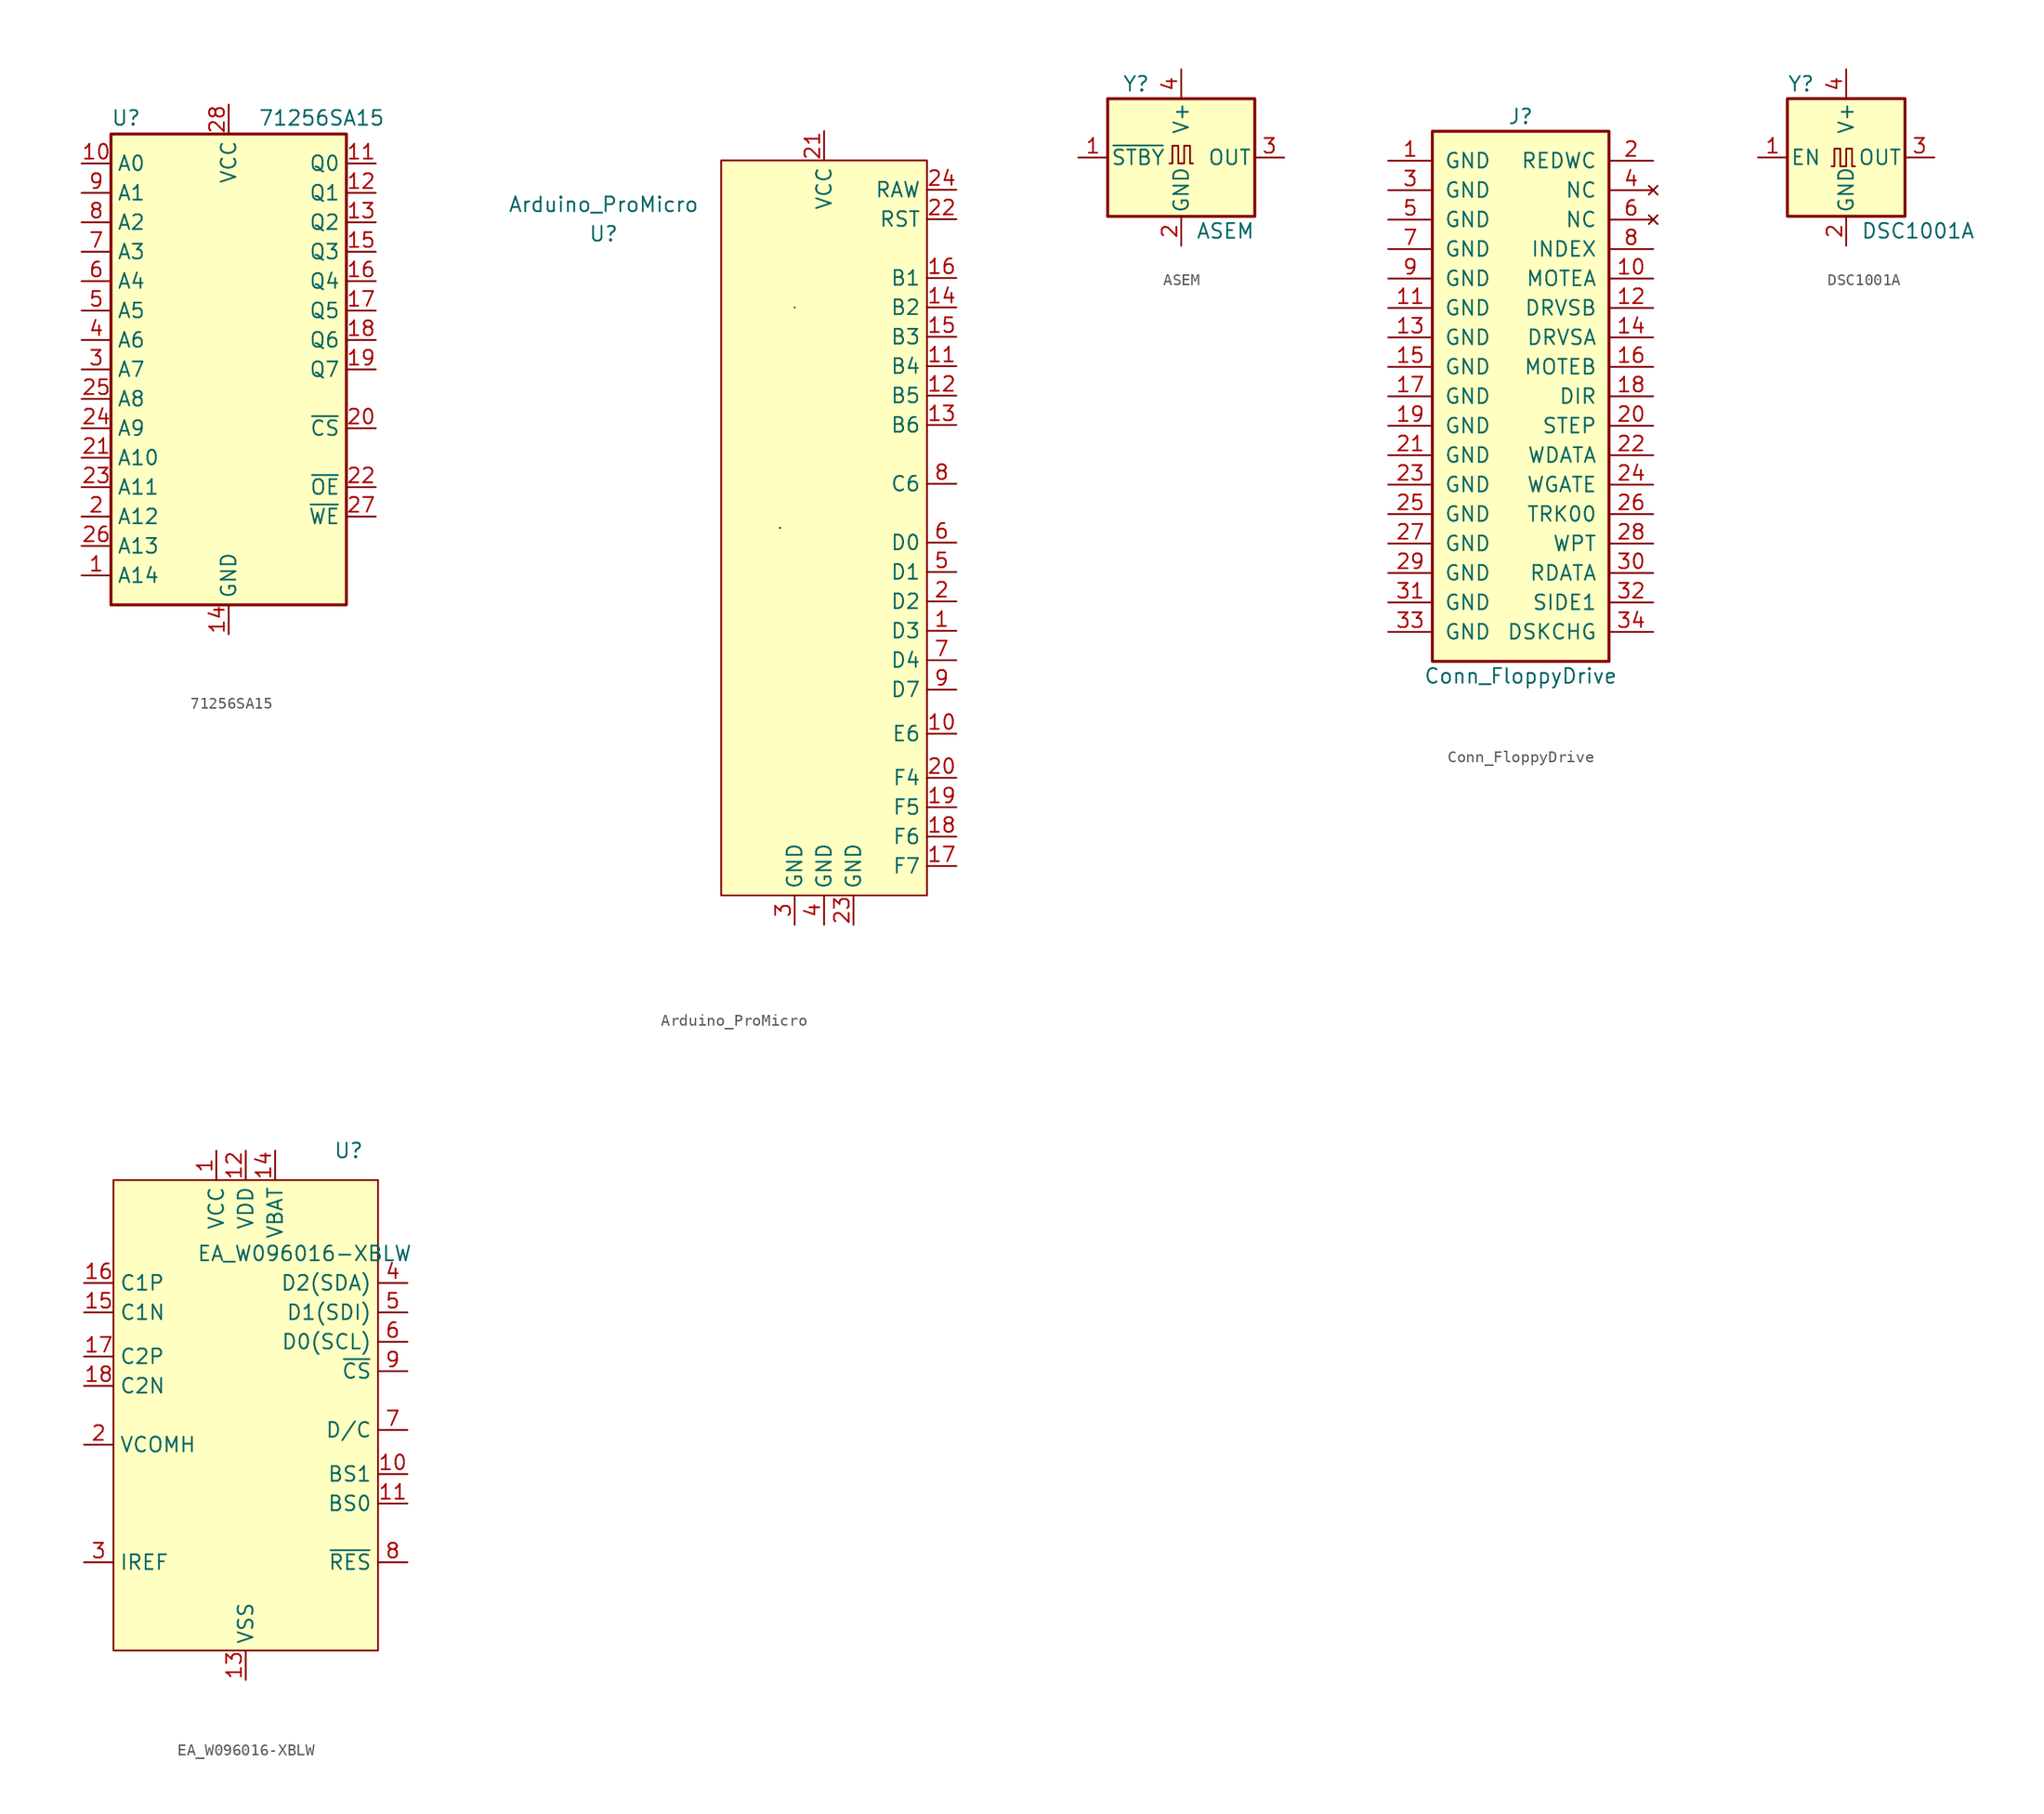
<source format=kicad_sym>
(kicad_symbol_lib
  (version 20220914)
  (generator kicad_symbol_editor)
  (symbol "71256SA15"
    (property "Reference" "U"
      (at -10.16 20.955 0)
      (effects (font (size 1.27 1.27)) (justify left bottom)))
    (property "Value" "71256SA15"
      (at 2.54 20.955 0)
      (effects (font (size 1.27 1.27)) (justify left bottom)))
    (symbol "71256SA15_0_0"
      (pin power_in line (at 0 -22.86 90) (length 2.54) (name "GND" (effects (font (size 1.27 1.27)))) (number "14" (effects (font (size 1.27 1.27)))))
      (pin power_in line (at 0 22.86 270) (length 2.54) (name "VCC" (effects (font (size 1.27 1.27)))) (number "28" (effects (font (size 1.27 1.27))))))
    (symbol "71256SA15_0_1"
      (rectangle (start -10.16 20.32) (end 10.16 -20.32) (stroke (width 0.254) (type default)) (fill (type background))))
    (symbol "71256SA15_1_1"
      (pin input line (at -12.7 -17.78 0) (length 2.54) (name "A14" (effects (font (size 1.27 1.27)))) (number "1" (effects (font (size 1.27 1.27)))))
      (pin input line (at -12.7 17.78 0) (length 2.54) (name "A0" (effects (font (size 1.27 1.27)))) (number "10" (effects (font (size 1.27 1.27)))))
      (pin tri_state line (at 12.7 17.78 180) (length 2.54) (name "Q0" (effects (font (size 1.27 1.27)))) (number "11" (effects (font (size 1.27 1.27)))))
      (pin tri_state line (at 12.7 15.24 180) (length 2.54) (name "Q1" (effects (font (size 1.27 1.27)))) (number "12" (effects (font (size 1.27 1.27)))))
      (pin tri_state line (at 12.7 12.7 180) (length 2.54) (name "Q2" (effects (font (size 1.27 1.27)))) (number "13" (effects (font (size 1.27 1.27)))))
      (pin tri_state line (at 12.7 10.16 180) (length 2.54) (name "Q3" (effects (font (size 1.27 1.27)))) (number "15" (effects (font (size 1.27 1.27)))))
      (pin tri_state line (at 12.7 7.62 180) (length 2.54) (name "Q4" (effects (font (size 1.27 1.27)))) (number "16" (effects (font (size 1.27 1.27)))))
      (pin tri_state line (at 12.7 5.08 180) (length 2.54) (name "Q5" (effects (font (size 1.27 1.27)))) (number "17" (effects (font (size 1.27 1.27)))))
      (pin tri_state line (at 12.7 2.54 180) (length 2.54) (name "Q6" (effects (font (size 1.27 1.27)))) (number "18" (effects (font (size 1.27 1.27)))))
      (pin tri_state line (at 12.7 0 180) (length 2.54) (name "Q7" (effects (font (size 1.27 1.27)))) (number "19" (effects (font (size 1.27 1.27)))))
      (pin input line (at -12.7 -12.7 0) (length 2.54) (name "A12" (effects (font (size 1.27 1.27)))) (number "2" (effects (font (size 1.27 1.27)))))
      (pin input line (at 12.7 -5.08 180) (length 2.54) (name "~{CS}" (effects (font (size 1.27 1.27)))) (number "20" (effects (font (size 1.27 1.27)))))
      (pin input line (at -12.7 -7.62 0) (length 2.54) (name "A10" (effects (font (size 1.27 1.27)))) (number "21" (effects (font (size 1.27 1.27)))))
      (pin input line (at 12.7 -10.16 180) (length 2.54) (name "~{OE}" (effects (font (size 1.27 1.27)))) (number "22" (effects (font (size 1.27 1.27)))))
      (pin input line (at -12.7 -10.16 0) (length 2.54) (name "A11" (effects (font (size 1.27 1.27)))) (number "23" (effects (font (size 1.27 1.27)))))
      (pin input line (at -12.7 -5.08 0) (length 2.54) (name "A9" (effects (font (size 1.27 1.27)))) (number "24" (effects (font (size 1.27 1.27)))))
      (pin input line (at -12.7 -2.54 0) (length 2.54) (name "A8" (effects (font (size 1.27 1.27)))) (number "25" (effects (font (size 1.27 1.27)))))
      (pin input line (at -12.7 -15.24 0) (length 2.54) (name "A13" (effects (font (size 1.27 1.27)))) (number "26" (effects (font (size 1.27 1.27)))))
      (pin input line (at 12.7 -12.7 180) (length 2.54) (name "~{WE}" (effects (font (size 1.27 1.27)))) (number "27" (effects (font (size 1.27 1.27)))))
      (pin input line (at -12.7 0 0) (length 2.54) (name "A7" (effects (font (size 1.27 1.27)))) (number "3" (effects (font (size 1.27 1.27)))))
      (pin input line (at -12.7 2.54 0) (length 2.54) (name "A6" (effects (font (size 1.27 1.27)))) (number "4" (effects (font (size 1.27 1.27)))))
      (pin input line (at -12.7 5.08 0) (length 2.54) (name "A5" (effects (font (size 1.27 1.27)))) (number "5" (effects (font (size 1.27 1.27)))))
      (pin input line (at -12.7 7.62 0) (length 2.54) (name "A4" (effects (font (size 1.27 1.27)))) (number "6" (effects (font (size 1.27 1.27)))))
      (pin input line (at -12.7 10.16 0) (length 2.54) (name "A3" (effects (font (size 1.27 1.27)))) (number "7" (effects (font (size 1.27 1.27)))))
      (pin input line (at -12.7 12.7 0) (length 2.54) (name "A2" (effects (font (size 1.27 1.27)))) (number "8" (effects (font (size 1.27 1.27)))))
      (pin input line (at -12.7 15.24 0) (length 2.54) (name "A1" (effects (font (size 1.27 1.27)))) (number "9" (effects (font (size 1.27 1.27)))))))
  (symbol "Arduino_ProMicro"
    (property "Reference" "U"
      (at -19.05 25.4 0)
      (effects (font (size 1.27 1.27))))
    (property "Value" "Arduino_ProMicro"
      (at -19.05 27.94 0)
      (effects (font (size 1.27 1.27))))
    (symbol "Arduino_ProMicro_0_1"
      (rectangle (start -3.81 0) (end -3.81 0) (stroke (width 0) (type default)) (fill (type none)))
      (rectangle (start -3.81 0) (end -3.81 0) (stroke (width 0) (type default)) (fill (type none)))
      (rectangle (start -2.54 19.05) (end -2.54 19.05) (stroke (width 0) (type default)) (fill (type none)))
      (rectangle (start 8.89 31.75) (end -8.89 -31.75) (stroke (width 0) (type default)) (fill (type background))))
    (symbol "Arduino_ProMicro_1_1"
      (pin passive line (at 11.43 -8.89 180) (length 2.54) (name "D3" (effects (font (size 1.27 1.27)))) (number "1" (effects (font (size 1.27 1.27)))))
      (pin passive line (at 11.43 -17.78 180) (length 2.54) (name "E6" (effects (font (size 1.27 1.27)))) (number "10" (effects (font (size 1.27 1.27)))))
      (pin passive line (at 11.43 13.97 180) (length 2.54) (name "B4" (effects (font (size 1.27 1.27)))) (number "11" (effects (font (size 1.27 1.27)))))
      (pin passive line (at 11.43 11.43 180) (length 2.54) (name "B5" (effects (font (size 1.27 1.27)))) (number "12" (effects (font (size 1.27 1.27)))))
      (pin passive line (at 11.43 8.89 180) (length 2.54) (name "B6" (effects (font (size 1.27 1.27)))) (number "13" (effects (font (size 1.27 1.27)))))
      (pin passive line (at 11.43 19.05 180) (length 2.54) (name "B2" (effects (font (size 1.27 1.27)))) (number "14" (effects (font (size 1.27 1.27)))))
      (pin passive line (at 11.43 16.51 180) (length 2.54) (name "B3" (effects (font (size 1.27 1.27)))) (number "15" (effects (font (size 1.27 1.27)))))
      (pin passive line (at 11.43 21.59 180) (length 2.54) (name "B1" (effects (font (size 1.27 1.27)))) (number "16" (effects (font (size 1.27 1.27)))))
      (pin passive line (at 11.43 -29.21 180) (length 2.54) (name "F7" (effects (font (size 1.27 1.27)))) (number "17" (effects (font (size 1.27 1.27)))))
      (pin passive line (at 11.43 -26.67 180) (length 2.54) (name "F6" (effects (font (size 1.27 1.27)))) (number "18" (effects (font (size 1.27 1.27)))))
      (pin passive line (at 11.43 -24.13 180) (length 2.54) (name "F5" (effects (font (size 1.27 1.27)))) (number "19" (effects (font (size 1.27 1.27)))))
      (pin passive line (at 11.43 -6.35 180) (length 2.54) (name "D2" (effects (font (size 1.27 1.27)))) (number "2" (effects (font (size 1.27 1.27)))))
      (pin passive line (at 11.43 -21.59 180) (length 2.54) (name "F4" (effects (font (size 1.27 1.27)))) (number "20" (effects (font (size 1.27 1.27)))))
      (pin passive line (at 0 34.29 270) (length 2.54) (name "VCC" (effects (font (size 1.27 1.27)))) (number "21" (effects (font (size 1.27 1.27)))))
      (pin passive line (at 11.43 26.67 180) (length 2.54) (name "RST" (effects (font (size 1.27 1.27)))) (number "22" (effects (font (size 1.27 1.27)))))
      (pin passive line (at 2.54 -34.29 90) (length 2.54) (name "GND" (effects (font (size 1.27 1.27)))) (number "23" (effects (font (size 1.27 1.27)))))
      (pin passive line (at 11.43 29.21 180) (length 2.54) (name "RAW" (effects (font (size 1.27 1.27)))) (number "24" (effects (font (size 1.27 1.27)))))
      (pin passive line (at -2.54 -34.29 90) (length 2.54) (name "GND" (effects (font (size 1.27 1.27)))) (number "3" (effects (font (size 1.27 1.27)))))
      (pin passive line (at 0 -34.29 90) (length 2.54) (name "GND" (effects (font (size 1.27 1.27)))) (number "4" (effects (font (size 1.27 1.27)))))
      (pin passive line (at 11.43 -3.81 180) (length 2.54) (name "D1" (effects (font (size 1.27 1.27)))) (number "5" (effects (font (size 1.27 1.27)))))
      (pin passive line (at 11.43 -1.27 180) (length 2.54) (name "D0" (effects (font (size 1.27 1.27)))) (number "6" (effects (font (size 1.27 1.27)))))
      (pin passive line (at 11.43 -11.43 180) (length 2.54) (name "D4" (effects (font (size 1.27 1.27)))) (number "7" (effects (font (size 1.27 1.27)))))
      (pin passive line (at 11.43 3.81 180) (length 2.54) (name "C6" (effects (font (size 1.27 1.27)))) (number "8" (effects (font (size 1.27 1.27)))))
      (pin passive line (at 11.43 -13.97 180) (length 2.54) (name "D7" (effects (font (size 1.27 1.27)))) (number "9" (effects (font (size 1.27 1.27)))))))
  (symbol "ASEM"
    (pin_names
      (offset 0.254))
    (property "Reference" "Y"
      (at -5.08 6.35 0)
      (effects (font (size 1.27 1.27)) (justify left)))
    (property "Value" "ASEM"
      (at 1.27 -6.35 0)
      (effects (font (size 1.27 1.27)) (justify left)))
    (symbol "ASEM_0_1"
      (rectangle (start -6.35 5.08) (end 6.35 -5.08) (stroke (width 0.254) (type default)) (fill (type background)))
      (polyline (pts (xy -1.016 -0.508) (xy -0.762 -0.508) (xy -0.762 1.016) (xy -0.254 1.016) (xy -0.254 -0.508) (xy 0.254 -0.508) (xy 0.254 1.016) (xy 0.762 1.016) (xy 0.762 -0.508) (xy 1.016 -0.508)) (stroke (width 0) (type default)) (fill (type none))))
    (symbol "ASEM_1_1"
      (pin input line (at -8.89 0 0) (length 2.54) (name "~{STBY}" (effects (font (size 1.27 1.27)))) (number "1" (effects (font (size 1.27 1.27)))))
      (pin power_in line (at 0 -7.62 90) (length 2.54) (name "GND" (effects (font (size 1.27 1.27)))) (number "2" (effects (font (size 1.27 1.27)))))
      (pin output line (at 8.89 0 180) (length 2.54) (name "OUT" (effects (font (size 1.27 1.27)))) (number "3" (effects (font (size 1.27 1.27)))))
      (pin power_in line (at 0 7.62 270) (length 2.54) (name "V+" (effects (font (size 1.27 1.27)))) (number "4" (effects (font (size 1.27 1.27)))))))
  (symbol "Conn_FloppyDrive"
    (pin_names
      (offset 1.016))
    (property "Reference" "J"
      (at 1.27 24.13 0)
      (effects (font (size 1.27 1.27))))
    (property "Value" "Conn_FloppyDrive"
      (at 1.27 -24.13 0)
      (effects (font (size 1.27 1.27))))
    (symbol "Conn_FloppyDrive_1_1"
      (rectangle (start -6.35 22.86) (end 8.89 -22.86) (stroke (width 0.254) (type default)) (fill (type background)))
      (pin passive line (at -10.16 20.32 0) (length 3.81) (name "GND" (effects (font (size 1.27 1.27)))) (number "1" (effects (font (size 1.27 1.27)))))
      (pin passive line (at 12.7 10.16 180) (length 3.81) (name "MOTEA" (effects (font (size 1.27 1.27)))) (number "10" (effects (font (size 1.27 1.27)))))
      (pin passive line (at -10.16 7.62 0) (length 3.81) (name "GND" (effects (font (size 1.27 1.27)))) (number "11" (effects (font (size 1.27 1.27)))))
      (pin passive line (at 12.7 7.62 180) (length 3.81) (name "DRVSB" (effects (font (size 1.27 1.27)))) (number "12" (effects (font (size 1.27 1.27)))))
      (pin passive line (at -10.16 5.08 0) (length 3.81) (name "GND" (effects (font (size 1.27 1.27)))) (number "13" (effects (font (size 1.27 1.27)))))
      (pin passive line (at 12.7 5.08 180) (length 3.81) (name "DRVSA" (effects (font (size 1.27 1.27)))) (number "14" (effects (font (size 1.27 1.27)))))
      (pin passive line (at -10.16 2.54 0) (length 3.81) (name "GND" (effects (font (size 1.27 1.27)))) (number "15" (effects (font (size 1.27 1.27)))))
      (pin passive line (at 12.7 2.54 180) (length 3.81) (name "MOTEB" (effects (font (size 1.27 1.27)))) (number "16" (effects (font (size 1.27 1.27)))))
      (pin passive line (at -10.16 0 0) (length 3.81) (name "GND" (effects (font (size 1.27 1.27)))) (number "17" (effects (font (size 1.27 1.27)))))
      (pin passive line (at 12.7 0 180) (length 3.81) (name "DIR" (effects (font (size 1.27 1.27)))) (number "18" (effects (font (size 1.27 1.27)))))
      (pin passive line (at -10.16 -2.54 0) (length 3.81) (name "GND" (effects (font (size 1.27 1.27)))) (number "19" (effects (font (size 1.27 1.27)))))
      (pin passive line (at 12.7 20.32 180) (length 3.81) (name "REDWC" (effects (font (size 1.27 1.27)))) (number "2" (effects (font (size 1.27 1.27)))))
      (pin passive line (at 12.7 -2.54 180) (length 3.81) (name "STEP" (effects (font (size 1.27 1.27)))) (number "20" (effects (font (size 1.27 1.27)))))
      (pin passive line (at -10.16 -5.08 0) (length 3.81) (name "GND" (effects (font (size 1.27 1.27)))) (number "21" (effects (font (size 1.27 1.27)))))
      (pin passive line (at 12.7 -5.08 180) (length 3.81) (name "WDATA" (effects (font (size 1.27 1.27)))) (number "22" (effects (font (size 1.27 1.27)))))
      (pin passive line (at -10.16 -7.62 0) (length 3.81) (name "GND" (effects (font (size 1.27 1.27)))) (number "23" (effects (font (size 1.27 1.27)))))
      (pin passive line (at 12.7 -7.62 180) (length 3.81) (name "WGATE" (effects (font (size 1.27 1.27)))) (number "24" (effects (font (size 1.27 1.27)))))
      (pin passive line (at -10.16 -10.16 0) (length 3.81) (name "GND" (effects (font (size 1.27 1.27)))) (number "25" (effects (font (size 1.27 1.27)))))
      (pin passive line (at 12.7 -10.16 180) (length 3.81) (name "TRK00" (effects (font (size 1.27 1.27)))) (number "26" (effects (font (size 1.27 1.27)))))
      (pin passive line (at -10.16 -12.7 0) (length 3.81) (name "GND" (effects (font (size 1.27 1.27)))) (number "27" (effects (font (size 1.27 1.27)))))
      (pin passive line (at 12.7 -12.7 180) (length 3.81) (name "WPT" (effects (font (size 1.27 1.27)))) (number "28" (effects (font (size 1.27 1.27)))))
      (pin passive line (at -10.16 -15.24 0) (length 3.81) (name "GND" (effects (font (size 1.27 1.27)))) (number "29" (effects (font (size 1.27 1.27)))))
      (pin passive line (at -10.16 17.78 0) (length 3.81) (name "GND" (effects (font (size 1.27 1.27)))) (number "3" (effects (font (size 1.27 1.27)))))
      (pin passive line (at 12.7 -15.24 180) (length 3.81) (name "RDATA" (effects (font (size 1.27 1.27)))) (number "30" (effects (font (size 1.27 1.27)))))
      (pin passive line (at -10.16 -17.78 0) (length 3.81) (name "GND" (effects (font (size 1.27 1.27)))) (number "31" (effects (font (size 1.27 1.27)))))
      (pin passive line (at 12.7 -17.78 180) (length 3.81) (name "SIDE1" (effects (font (size 1.27 1.27)))) (number "32" (effects (font (size 1.27 1.27)))))
      (pin passive line (at -10.16 -20.32 0) (length 3.81) (name "GND" (effects (font (size 1.27 1.27)))) (number "33" (effects (font (size 1.27 1.27)))))
      (pin passive line (at 12.7 -20.32 180) (length 3.81) (name "DSKCHG" (effects (font (size 1.27 1.27)))) (number "34" (effects (font (size 1.27 1.27)))))
      (pin no_connect line (at 12.7 17.78 180) (length 3.81) (name "NC" (effects (font (size 1.27 1.27)))) (number "4" (effects (font (size 1.27 1.27)))))
      (pin passive line (at -10.16 15.24 0) (length 3.81) (name "GND" (effects (font (size 1.27 1.27)))) (number "5" (effects (font (size 1.27 1.27)))))
      (pin no_connect line (at 12.7 15.24 180) (length 3.81) (name "NC" (effects (font (size 1.27 1.27)))) (number "6" (effects (font (size 1.27 1.27)))))
      (pin passive line (at -10.16 12.7 0) (length 3.81) (name "GND" (effects (font (size 1.27 1.27)))) (number "7" (effects (font (size 1.27 1.27)))))
      (pin passive line (at 12.7 12.7 180) (length 3.81) (name "INDEX" (effects (font (size 1.27 1.27)))) (number "8" (effects (font (size 1.27 1.27)))))
      (pin passive line (at -10.16 10.16 0) (length 3.81) (name "GND" (effects (font (size 1.27 1.27)))) (number "9" (effects (font (size 1.27 1.27)))))))
  (symbol "DSC1001A"
    (pin_names
      (offset 0.254))
    (property "Reference" "Y"
      (at -5.08 6.35 0)
      (effects (font (size 1.27 1.27)) (justify left)))
    (property "Value" "DSC1001A"
      (at 1.27 -6.35 0)
      (effects (font (size 1.27 1.27)) (justify left)))
    (symbol "DSC1001A_0_1"
      (rectangle (start -5.08 5.08) (end 5.08 -5.08) (stroke (width 0.254) (type default)) (fill (type background)))
      (polyline (pts (xy -1.27 -0.762) (xy -1.016 -0.762) (xy -1.016 0.762) (xy -0.508 0.762) (xy -0.508 -0.762) (xy 0 -0.762) (xy 0 0.762) (xy 0.508 0.762) (xy 0.508 -0.762) (xy 0.762 -0.762)) (stroke (width 0) (type default)) (fill (type none))))
    (symbol "DSC1001A_1_1"
      (pin input line (at -7.62 0 0) (length 2.54) (name "EN" (effects (font (size 1.27 1.27)))) (number "1" (effects (font (size 1.27 1.27)))))
      (pin power_in line (at 0 -7.62 90) (length 2.54) (name "GND" (effects (font (size 1.27 1.27)))) (number "2" (effects (font (size 1.27 1.27)))))
      (pin output line (at 7.62 0 180) (length 2.54) (name "OUT" (effects (font (size 1.27 1.27)))) (number "3" (effects (font (size 1.27 1.27)))))
      (pin power_in line (at 0 7.62 270) (length 2.54) (name "V+" (effects (font (size 1.27 1.27)))) (number "4" (effects (font (size 1.27 1.27)))))))
  (symbol "EA_W096016-XBLW"
    (property "Reference" "U"
      (at 8.89 21.59 0)
      (effects (font (size 1.27 1.27))))
    (property "Value" "EA_W096016-XBLW"
      (at 5.08 12.7 0)
      (effects (font (size 1.27 1.27))))
    (symbol "EA_W096016-XBLW_1_1"
      (rectangle (start -11.43 19.05) (end 11.43 -21.59) (stroke (width 0) (type default)) (fill (type background)))
      (pin power_in line (at -2.54 21.59 270) (length 2.54) (name "VCC" (effects (font (size 1.27 1.27)))) (number "1" (effects (font (size 1.27 1.27)))))
      (pin input line (at 13.97 -6.35 180) (length 2.54) (name "BS1" (effects (font (size 1.27 1.27)))) (number "10" (effects (font (size 1.27 1.27)))))
      (pin input line (at 13.97 -8.89 180) (length 2.54) (name "BS0" (effects (font (size 1.27 1.27)))) (number "11" (effects (font (size 1.27 1.27)))))
      (pin power_in line (at 0 21.59 270) (length 2.54) (name "VDD" (effects (font (size 1.27 1.27)))) (number "12" (effects (font (size 1.27 1.27)))))
      (pin power_in line (at 0 -24.13 90) (length 2.54) (name "VSS" (effects (font (size 1.27 1.27)))) (number "13" (effects (font (size 1.27 1.27)))))
      (pin power_in line (at 2.54 21.59 270) (length 2.54) (name "VBAT" (effects (font (size 1.27 1.27)))) (number "14" (effects (font (size 1.27 1.27)))))
      (pin passive line (at -13.97 7.62 0) (length 2.54) (name "C1N" (effects (font (size 1.27 1.27)))) (number "15" (effects (font (size 1.27 1.27)))))
      (pin passive line (at -13.97 10.16 0) (length 2.54) (name "C1P" (effects (font (size 1.27 1.27)))) (number "16" (effects (font (size 1.27 1.27)))))
      (pin passive line (at -13.97 3.81 0) (length 2.54) (name "C2P" (effects (font (size 1.27 1.27)))) (number "17" (effects (font (size 1.27 1.27)))))
      (pin passive line (at -13.97 1.27 0) (length 2.54) (name "C2N" (effects (font (size 1.27 1.27)))) (number "18" (effects (font (size 1.27 1.27)))))
      (pin passive line (at 0 -24.13 90) (length 2.54) hide (name "VSS" (effects (font (size 1.27 1.27)))) (number "19" (effects (font (size 1.27 1.27)))))
      (pin power_in line (at -13.97 -3.81 0) (length 2.54) (name "VCOMH" (effects (font (size 1.27 1.27)))) (number "2" (effects (font (size 1.27 1.27)))))
      (pin input line (at -13.97 -13.97 0) (length 2.54) (name "IREF" (effects (font (size 1.27 1.27)))) (number "3" (effects (font (size 1.27 1.27)))))
      (pin bidirectional line (at 13.97 10.16 180) (length 2.54) (name "D2(SDA)" (effects (font (size 1.27 1.27)))) (number "4" (effects (font (size 1.27 1.27)))))
      (pin bidirectional line (at 13.97 7.62 180) (length 2.54) (name "D1(SDI)" (effects (font (size 1.27 1.27)))) (number "5" (effects (font (size 1.27 1.27)))))
      (pin input line (at 13.97 5.08 180) (length 2.54) (name "D0(SCL)" (effects (font (size 1.27 1.27)))) (number "6" (effects (font (size 1.27 1.27)))))
      (pin input line (at 13.97 -2.54 180) (length 2.54) (name "D/C" (effects (font (size 1.27 1.27)))) (number "7" (effects (font (size 1.27 1.27)))))
      (pin input line (at 13.97 -13.97 180) (length 2.54) (name "~{RES}" (effects (font (size 1.27 1.27)))) (number "8" (effects (font (size 1.27 1.27)))))
      (pin input line (at 13.97 2.54 180) (length 2.54) (name "~{CS}" (effects (font (size 1.27 1.27)))) (number "9" (effects (font (size 1.27 1.27))))))))
</source>
